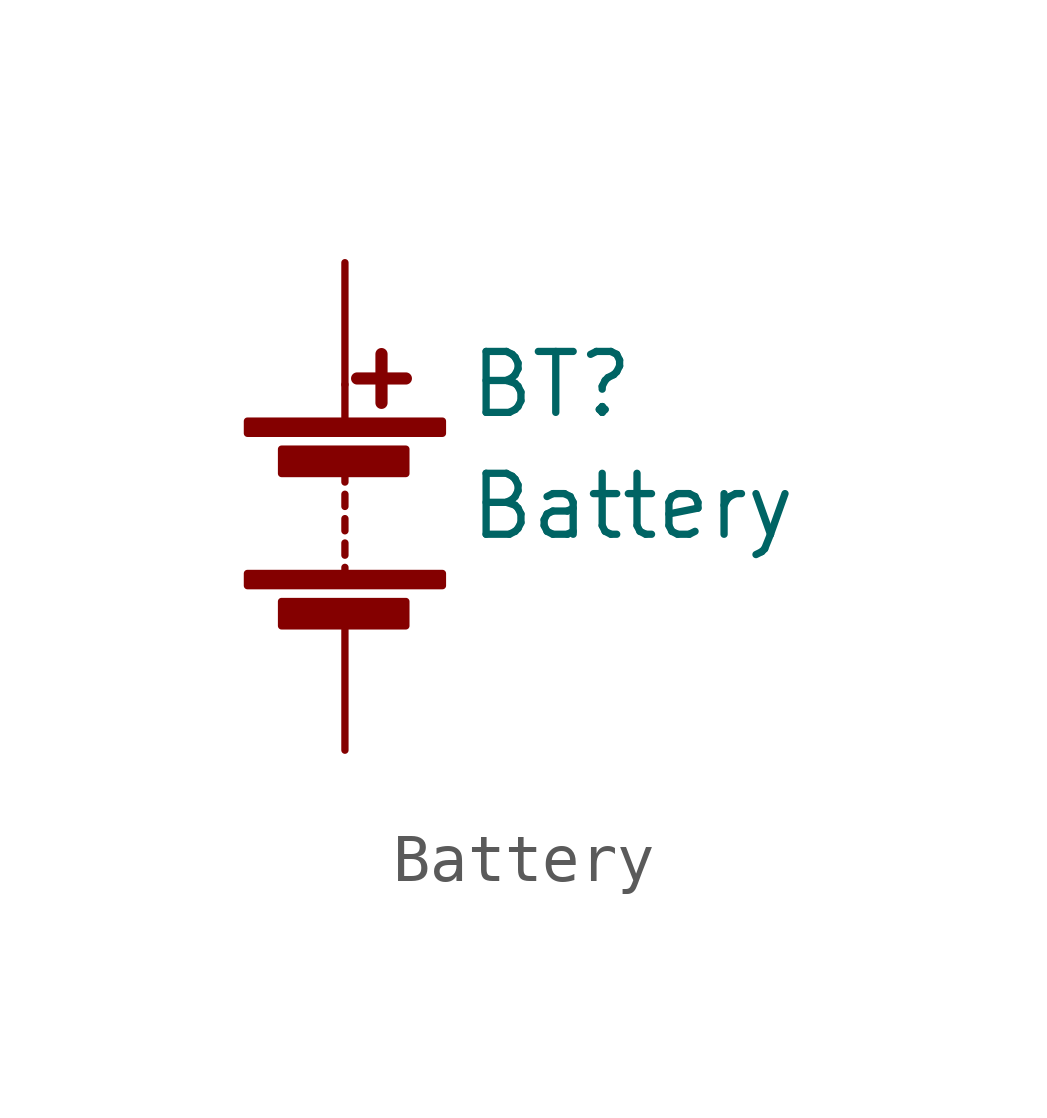
<source format=kicad_sym>
(kicad_symbol_lib
  (version 20211014)
  (generator kicad_symbol_editor)
  (symbol "Battery"
    (pin_numbers hide)
    (pin_names
      (offset 0) hide)
    (property "Reference" "BT"
      (at 2.54 2.54 0)
      (effects (font (size 1.27 1.27)) (justify left)))
    (property "Value" "Battery"
      (at 2.54 0 0)
      (effects (font (size 1.27 1.27)) (justify left)))
    (symbol "Battery_0_1"
      (rectangle (start -2.032 -1.397) (end 2.032 -1.651) (stroke (width 0) (type default) (color 0 0 0 0)) (fill (type outline)))
      (rectangle (start -2.032 1.778) (end 2.032 1.524) (stroke (width 0) (type default) (color 0 0 0 0)) (fill (type outline)))
      (rectangle (start -1.321 -1.981) (end 1.27 -2.489) (stroke (width 0) (type default) (color 0 0 0 0)) (fill (type outline)))
      (rectangle (start -1.321 1.194) (end 1.27 0.686) (stroke (width 0) (type default) (color 0 0 0 0)) (fill (type outline)))
      (polyline (pts (xy 0 -1.524) (xy 0 -1.27)) (stroke (width 0) (type default) (color 0 0 0 0)) (fill (type none)))
      (polyline (pts (xy 0 -1.016) (xy 0 -0.762)) (stroke (width 0) (type default) (color 0 0 0 0)) (fill (type none)))
      (polyline (pts (xy 0 -0.508) (xy 0 -0.254)) (stroke (width 0) (type default) (color 0 0 0 0)) (fill (type none)))
      (polyline (pts (xy 0 0) (xy 0 0.254)) (stroke (width 0) (type default) (color 0 0 0 0)) (fill (type none)))
      (polyline (pts (xy 0 0.508) (xy 0 0.762)) (stroke (width 0) (type default) (color 0 0 0 0)) (fill (type none)))
      (polyline (pts (xy 0 1.778) (xy 0 2.54)) (stroke (width 0) (type default) (color 0 0 0 0)) (fill (type none)))
      (polyline (pts (xy 0.254 2.667) (xy 1.27 2.667)) (stroke (width 0.254) (type default) (color 0 0 0 0)) (fill (type none)))
      (polyline (pts (xy 0.762 3.175) (xy 0.762 2.159)) (stroke (width 0.254) (type default) (color 0 0 0 0)) (fill (type none))))
    (symbol "Battery_1_1"
      (pin passive line (at 0 5.08 270) (length 2.54) (name "+" (effects (font (size 1.27 1.27)))) (number "1" (effects (font (size 1.27 1.27)))))
      (pin passive line (at 0 -1.524 90) (length 2.54) hide (name "" (effects (font (size 1.27 1.27)))) (number "2" (effects (font (size 1.27 1.27)))))
      (pin passive line (at 0 -5.08 90) (length 2.54) (name "-" (effects (font (size 1.27 1.27)))) (number "3" (effects (font (size 1.27 1.27))))))))
</source>
